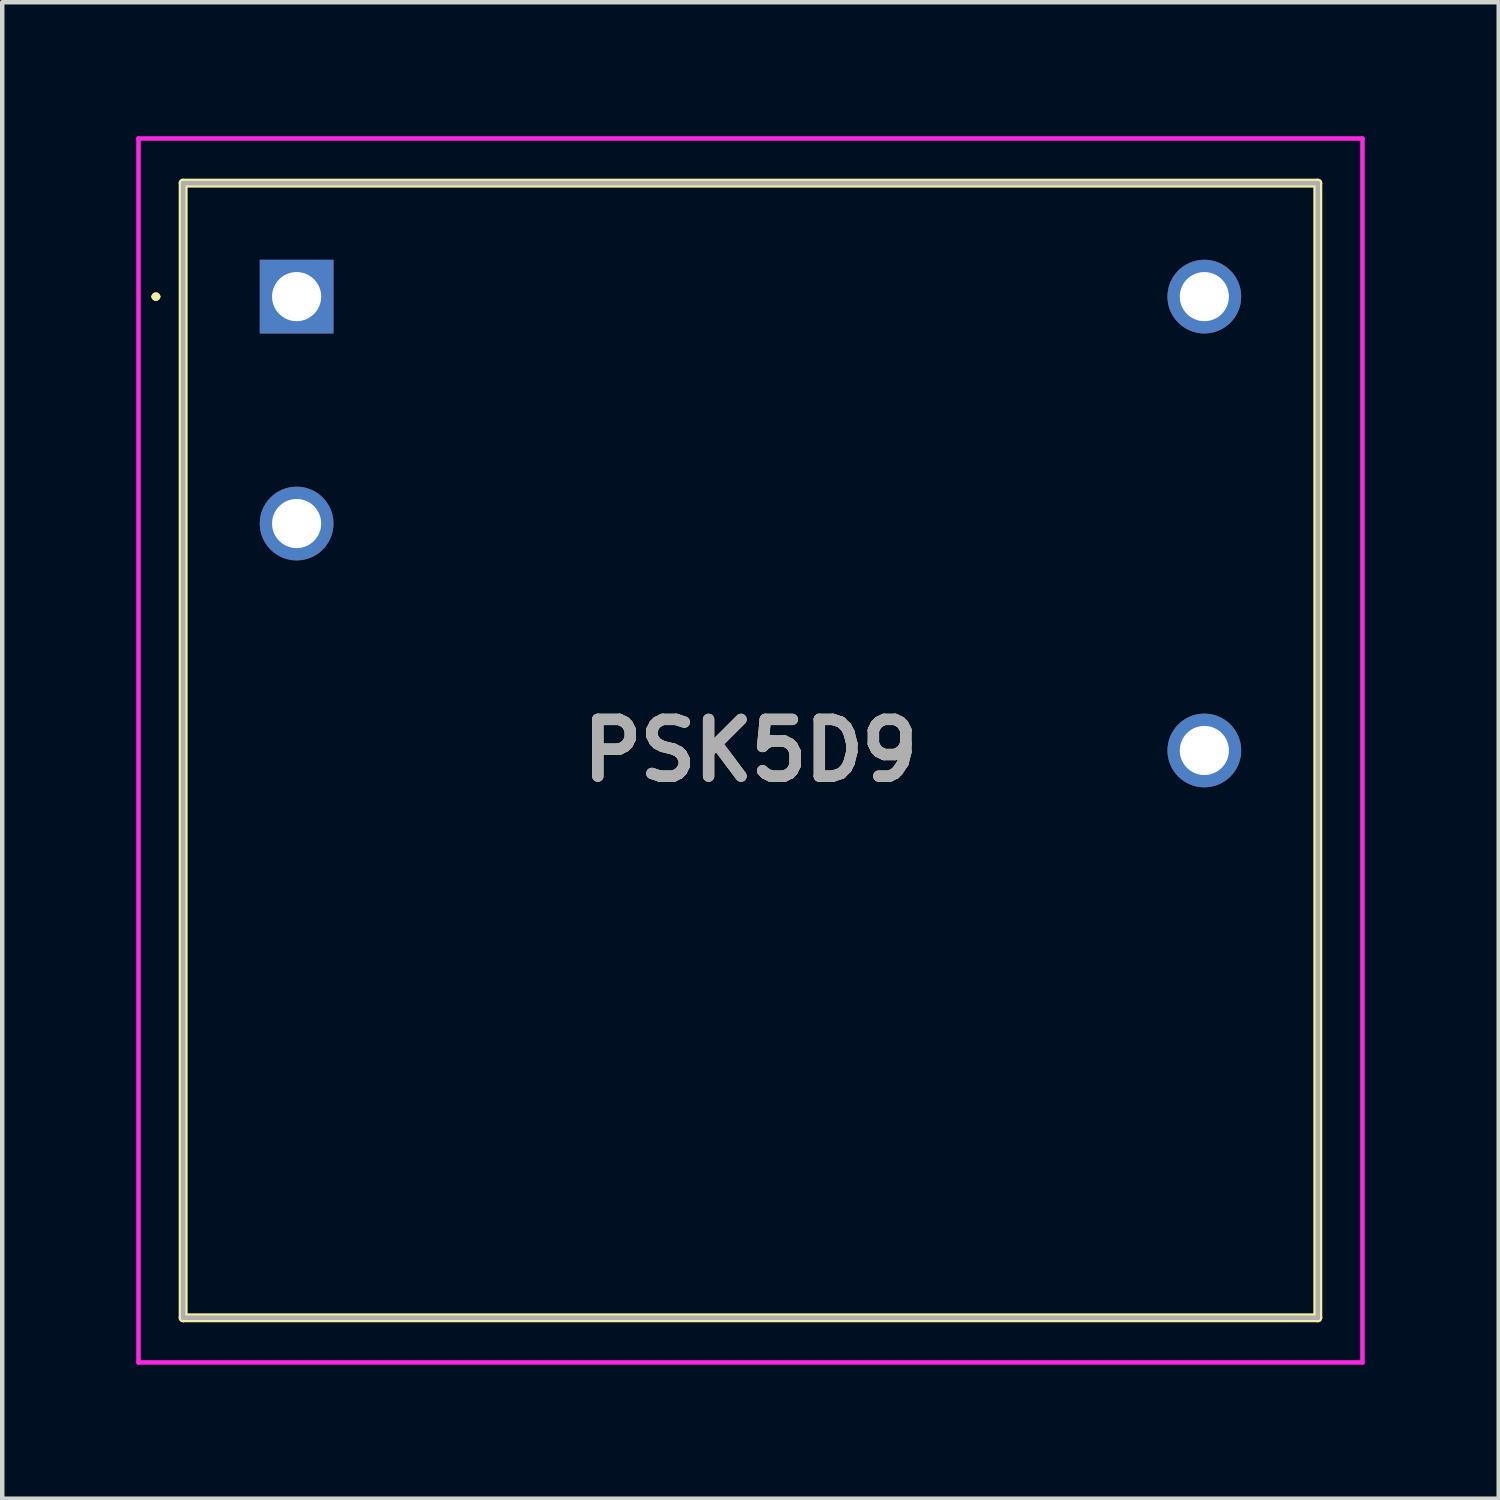
<source format=kicad_pcb>
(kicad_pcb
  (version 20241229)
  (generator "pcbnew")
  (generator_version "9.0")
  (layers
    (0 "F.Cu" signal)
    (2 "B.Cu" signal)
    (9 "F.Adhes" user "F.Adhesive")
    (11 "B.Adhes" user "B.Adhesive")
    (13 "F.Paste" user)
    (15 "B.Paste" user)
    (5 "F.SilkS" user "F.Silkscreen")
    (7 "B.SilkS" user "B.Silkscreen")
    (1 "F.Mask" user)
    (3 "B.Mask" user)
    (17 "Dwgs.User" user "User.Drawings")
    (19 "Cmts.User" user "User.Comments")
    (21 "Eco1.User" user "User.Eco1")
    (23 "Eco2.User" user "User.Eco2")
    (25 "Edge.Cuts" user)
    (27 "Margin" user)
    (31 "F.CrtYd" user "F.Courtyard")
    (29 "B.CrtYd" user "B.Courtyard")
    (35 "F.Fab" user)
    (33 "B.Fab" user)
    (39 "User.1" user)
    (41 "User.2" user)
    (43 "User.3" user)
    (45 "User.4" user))
  (footprint "PSK5D9"
    (layer "F.Cu")
    (at 3.59 3.59)
    (property "Reference" "PSK5D9" (at 10.16 10.16 0) (layer "F.SilkS") (effects (font (size 1.27 1.27) (thickness 0.254))))
    (attr through_hole)
    (fp_line (start -3.2 0) (end -3.2 0) (stroke (width 0.1) (type solid)) (layer "F.SilkS"))
    (fp_line (start -3.1 0) (end -3.1 0) (stroke (width 0.1) (type solid)) (layer "F.SilkS"))
    (fp_line (start -2.54 -2.54) (end 22.86 -2.54) (stroke (width 0.2) (type solid)) (layer "F.SilkS"))
    (fp_line (start -2.54 22.86) (end -2.54 -2.54) (stroke (width 0.2) (type solid)) (layer "F.SilkS"))
    (fp_line (start 22.86 -2.54) (end 22.86 22.86) (stroke (width 0.2) (type solid)) (layer "F.SilkS"))
    (fp_line (start 22.86 22.86) (end -2.54 22.86) (stroke (width 0.2) (type solid)) (layer "F.SilkS"))
    (fp_arc (start -3.2 0) (mid -3.15 -0.05) (end -3.1 0) (stroke (width 0.1) (type solid)) (layer "F.SilkS"))
    (fp_arc (start -3.1 0) (mid -3.15 0.05) (end -3.2 0) (stroke (width 0.1) (type solid)) (layer "F.SilkS"))
    (fp_line (start -3.54 -3.54) (end 23.86 -3.54) (stroke (width 0.1) (type solid)) (layer "F.CrtYd"))
    (fp_line (start -3.54 23.86) (end -3.54 -3.54) (stroke (width 0.1) (type solid)) (layer "F.CrtYd"))
    (fp_line (start 23.86 -3.54) (end 23.86 23.86) (stroke (width 0.1) (type solid)) (layer "F.CrtYd"))
    (fp_line (start 23.86 23.86) (end -3.54 23.86) (stroke (width 0.1) (type solid)) (layer "F.CrtYd"))
    (fp_line (start -2.54 -2.54) (end 22.86 -2.54) (stroke (width 0.1) (type solid)) (layer "F.Fab"))
    (fp_line (start -2.54 22.86) (end -2.54 -2.54) (stroke (width 0.1) (type solid)) (layer "F.Fab"))
    (fp_line (start 22.86 -2.54) (end 22.86 22.86) (stroke (width 0.1) (type solid)) (layer "F.Fab"))
    (fp_line (start 22.86 22.86) (end -2.54 22.86) (stroke (width 0.1) (type solid)) (layer "F.Fab"))
    (fp_text user "${REFERENCE}" (at 10.16 10.16 0) (layer "F.Fab") (effects (font (size 1.27 1.27) (thickness 0.254))))
    (pad "1" thru_hole rect (at 0 0) (size 1.65 1.65) (drill 1.1) (layers "*.Cu" "*.Mask"))
    (pad "2" thru_hole circle (at 0 5.08) (size 1.65 1.65) (drill 1.1) (layers "*.Cu" "*.Mask"))
    (pad "4" thru_hole circle (at 20.32 10.16) (size 1.65 1.65) (drill 1.1) (layers "*.Cu" "*.Mask"))
    (pad "5" thru_hole circle (at 20.32 0) (size 1.65 1.65) (drill 1.1) (layers "*.Cu" "*.Mask")))
  (gr_rect
    (start -3 -3)
    (end 30.5 30.5)
    (stroke (width 0.1) (type default))
    (fill no)
    (layer "Edge.Cuts")))
</source>
